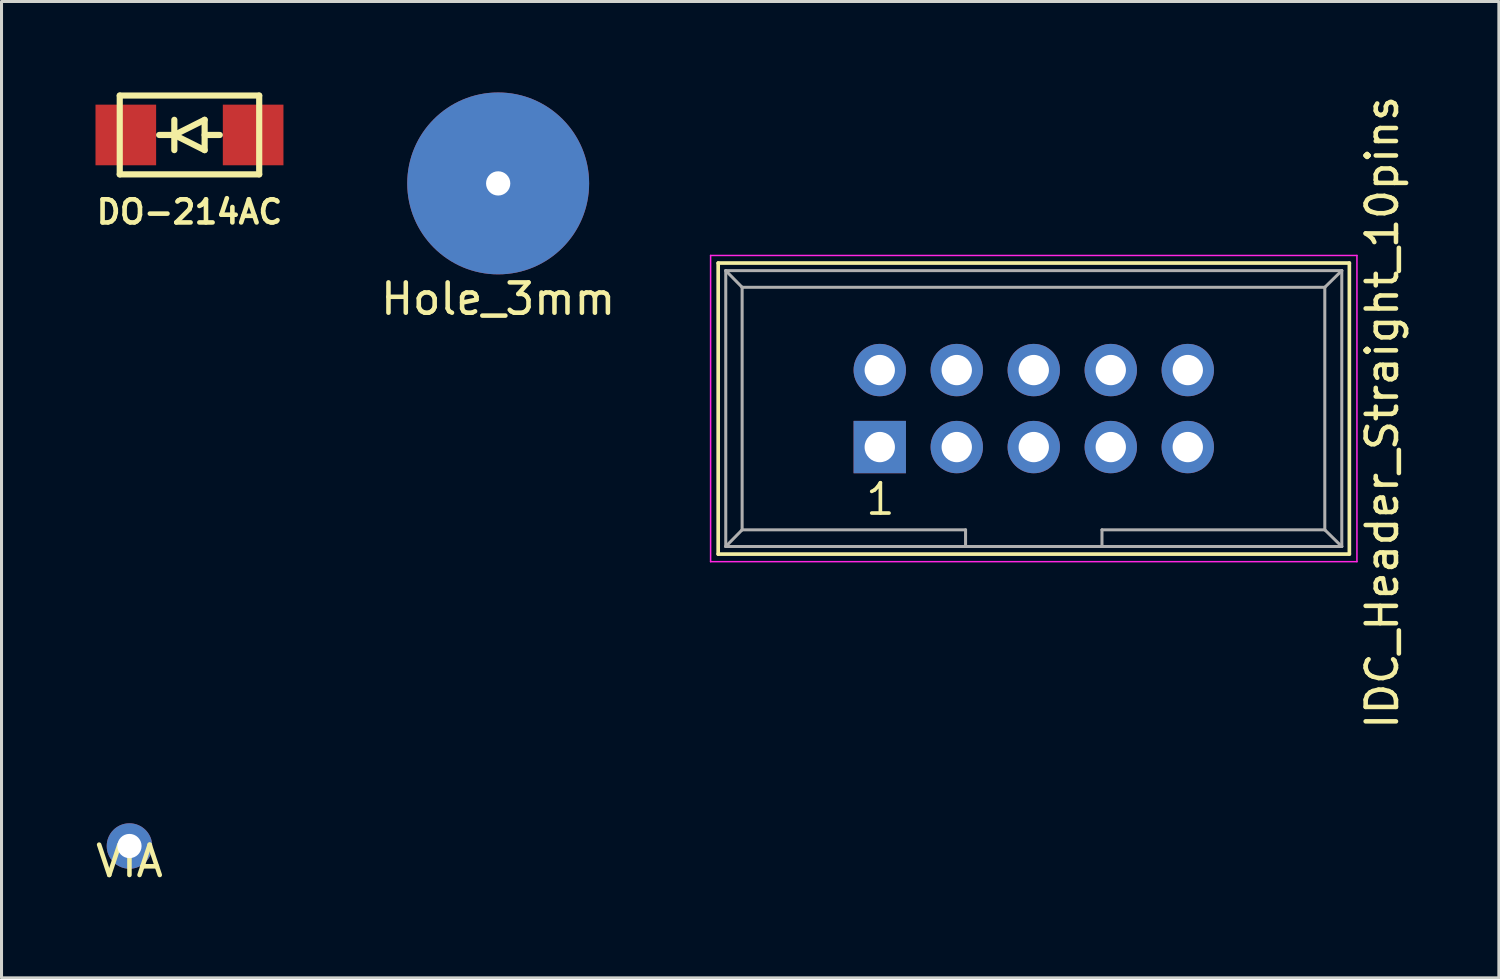
<source format=kicad_pcb>
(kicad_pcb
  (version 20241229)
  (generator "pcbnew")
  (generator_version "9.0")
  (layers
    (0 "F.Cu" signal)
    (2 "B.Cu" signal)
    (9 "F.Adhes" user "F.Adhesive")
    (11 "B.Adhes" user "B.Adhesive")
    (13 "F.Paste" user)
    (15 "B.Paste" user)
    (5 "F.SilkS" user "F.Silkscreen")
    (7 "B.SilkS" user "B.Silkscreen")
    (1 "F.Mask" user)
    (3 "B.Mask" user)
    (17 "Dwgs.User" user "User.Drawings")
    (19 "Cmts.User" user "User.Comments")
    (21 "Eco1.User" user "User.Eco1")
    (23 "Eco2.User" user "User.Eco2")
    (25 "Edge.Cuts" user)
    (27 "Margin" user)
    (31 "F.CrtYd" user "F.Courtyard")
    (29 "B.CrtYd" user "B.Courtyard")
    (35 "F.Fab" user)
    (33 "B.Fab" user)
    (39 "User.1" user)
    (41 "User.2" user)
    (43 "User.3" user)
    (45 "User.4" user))
  (footprint "IDC_Header_Straight_10pins"
    (layer "F.Cu")
    (at 25.97 11.697)
    (property "Reference" "IDC_Header_Straight_10pins" (at 16.573 -1.143 270) (layer "F.SilkS") (effects (font (size 1 1) (thickness 0.15))))
    (attr through_hole)
    (fp_line (start -5.33 -6.07) (end 15.49 -6.07) (stroke (width 0.12) (type solid)) (layer "F.SilkS"))
    (fp_line (start -5.33 3.53) (end -5.33 -6.07) (stroke (width 0.12) (type solid)) (layer "F.SilkS"))
    (fp_line (start 15.49 -6.07) (end 15.49 3.53) (stroke (width 0.12) (type solid)) (layer "F.SilkS"))
    (fp_line (start 15.49 3.53) (end -5.33 3.53) (stroke (width 0.12) (type solid)) (layer "F.SilkS"))
    (fp_line (start -5.58 -6.32) (end 15.74 -6.32) (stroke (width 0.05) (type solid)) (layer "F.CrtYd"))
    (fp_line (start -5.58 3.78) (end -5.58 -6.32) (stroke (width 0.05) (type solid)) (layer "F.CrtYd"))
    (fp_line (start 15.74 -6.32) (end 15.74 3.78) (stroke (width 0.05) (type solid)) (layer "F.CrtYd"))
    (fp_line (start 15.74 3.78) (end -5.58 3.78) (stroke (width 0.05) (type solid)) (layer "F.CrtYd"))
    (fp_line (start -5.08 -5.82) (end -5.08 3.28) (stroke (width 0.1) (type solid)) (layer "F.Fab"))
    (fp_line (start -5.08 -5.82) (end -4.54 -5.27) (stroke (width 0.1) (type solid)) (layer "F.Fab"))
    (fp_line (start -5.08 -5.82) (end 15.24 -5.82) (stroke (width 0.1) (type solid)) (layer "F.Fab"))
    (fp_line (start -5.08 3.28) (end -4.54 2.73) (stroke (width 0.1) (type solid)) (layer "F.Fab"))
    (fp_line (start -5.08 3.28) (end 15.24 3.28) (stroke (width 0.1) (type solid)) (layer "F.Fab"))
    (fp_line (start -4.54 -5.27) (end -4.54 2.73) (stroke (width 0.1) (type solid)) (layer "F.Fab"))
    (fp_line (start -4.54 -5.27) (end 14.68 -5.27) (stroke (width 0.1) (type solid)) (layer "F.Fab"))
    (fp_line (start -4.54 2.73) (end 2.83 2.73) (stroke (width 0.1) (type solid)) (layer "F.Fab"))
    (fp_line (start 2.83 2.73) (end 2.83 3.28) (stroke (width 0.1) (type solid)) (layer "F.Fab"))
    (fp_line (start 7.33 2.73) (end 7.33 3.28) (stroke (width 0.1) (type solid)) (layer "F.Fab"))
    (fp_line (start 7.33 2.73) (end 14.68 2.73) (stroke (width 0.1) (type solid)) (layer "F.Fab"))
    (fp_line (start 14.68 -5.27) (end 14.68 2.73) (stroke (width 0.1) (type solid)) (layer "F.Fab"))
    (fp_line (start 15.24 -5.82) (end 14.68 -5.27) (stroke (width 0.1) (type solid)) (layer "F.Fab"))
    (fp_line (start 15.24 -5.82) (end 15.24 3.28) (stroke (width 0.1) (type solid)) (layer "F.Fab"))
    (fp_line (start 15.24 3.28) (end 14.68 2.73) (stroke (width 0.1) (type solid)) (layer "F.Fab"))
    (fp_text user "1" (at 0.02 1.72 0) (layer "F.SilkS") (effects (font (size 1 1) (thickness 0.12))))
    (pad "1" thru_hole rect (at 0 0) (size 1.727 1.727) (drill 1) (layers "*.Cu" "*.Mask"))
    (pad "2" thru_hole oval (at 0 -2.54) (size 1.727 1.727) (drill 1) (layers "*.Cu" "*.Mask"))
    (pad "3" thru_hole oval (at 2.54 0) (size 1.727 1.727) (drill 1) (layers "*.Cu" "*.Mask"))
    (pad "4" thru_hole oval (at 2.54 -2.54) (size 1.727 1.727) (drill 1) (layers "*.Cu" "*.Mask"))
    (pad "5" thru_hole oval (at 5.08 0) (size 1.727 1.727) (drill 1) (layers "*.Cu" "*.Mask"))
    (pad "6" thru_hole oval (at 5.08 -2.54) (size 1.727 1.727) (drill 1) (layers "*.Cu" "*.Mask"))
    (pad "7" thru_hole oval (at 7.62 0) (size 1.727 1.727) (drill 1) (layers "*.Cu" "*.Mask"))
    (pad "8" thru_hole oval (at 7.62 -2.54) (size 1.727 1.727) (drill 1) (layers "*.Cu" "*.Mask"))
    (pad "9" thru_hole oval (at 10.16 0) (size 1.727 1.727) (drill 1) (layers "*.Cu" "*.Mask"))
    (pad "10" thru_hole oval (at 10.16 -2.54) (size 1.727 1.727) (drill 1) (layers "*.Cu" "*.Mask")))
  (footprint "Hole_3mm"
    (layer "F.Cu")
    (at 13.383 3)
    (property "Reference" "Hole_3mm" (at 0 3.81 0) (layer "F.SilkS") (effects (font (size 1 1) (thickness 0.15))))
    (attr through_hole)
    (pad "" np_thru_hole circle (at 0 0) (size 6 6) (drill 0.8) (layers "*.Cu" "*.Mask")))
  (footprint "VIA"
    (layer "F.Cu")
    (at 1.22 24.857)
    (property "Reference" "VIA" (at 0 0.5 0) (layer "F.SilkS") (effects (font (size 1 1) (thickness 0.15))))
    (attr through_hole)
    (pad "1" thru_hole circle (at 0 0) (size 1.5 1.5) (drill 0.8) (layers "*.Cu" "*.Mask")))
  (footprint "DO-214AC"
    (layer "F.Cu")
    (at 3.2 1.402)
    (property "Reference" "DO-214AC" (at 0 2.54 0) (layer "F.SilkS") (effects (font (size 0.762 0.762) (thickness 0.152))))
    (attr smd)
    (fp_line (start -2.3 -1.3) (end 2.3 -1.3) (stroke (width 0.203) (type solid)) (layer "F.SilkS"))
    (fp_line (start -2.3 1.3) (end -2.3 -1.3) (stroke (width 0.203) (type solid)) (layer "F.SilkS"))
    (fp_line (start -0.5 -0.5) (end -0.5 0.5) (stroke (width 0.203) (type solid)) (layer "F.SilkS"))
    (fp_line (start -0.5 0) (end -1 0) (stroke (width 0.203) (type solid)) (layer "F.SilkS"))
    (fp_line (start -0.5 0) (end 0.5 -0.5) (stroke (width 0.203) (type solid)) (layer "F.SilkS"))
    (fp_line (start 0.5 -0.5) (end 0.5 0.5) (stroke (width 0.203) (type solid)) (layer "F.SilkS"))
    (fp_line (start 0.5 0) (end 1 0) (stroke (width 0.203) (type solid)) (layer "F.SilkS"))
    (fp_line (start 0.5 0.5) (end -0.5 0) (stroke (width 0.203) (type solid)) (layer "F.SilkS"))
    (fp_line (start 2.3 -1.3) (end 2.3 1.3) (stroke (width 0.203) (type solid)) (layer "F.SilkS"))
    (fp_line (start 2.3 1.3) (end -2.3 1.3) (stroke (width 0.203) (type solid)) (layer "F.SilkS"))
    (pad "1" smd rect (at -2.1 0) (size 2 2) (layers "F.Cu" "F.Mask" "F.Paste"))
    (pad "2" smd rect (at 2.1 0) (size 2 2) (layers "F.Cu" "F.Mask" "F.Paste")))
  (gr_rect
    (start -3 -3)
    (end 46.392 29.205)
    (stroke (width 0.1) (type default))
    (fill no)
    (layer "Edge.Cuts")))
</source>
